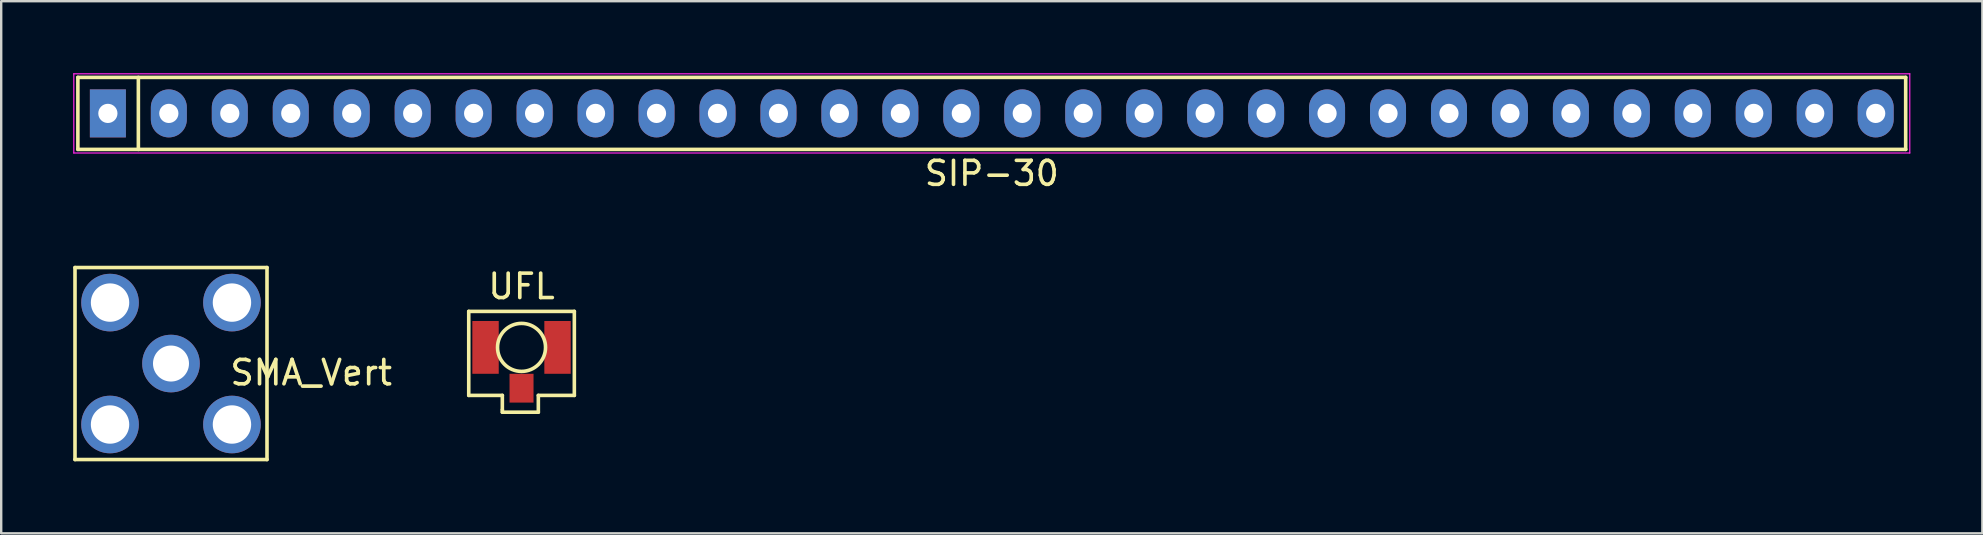
<source format=kicad_pcb>
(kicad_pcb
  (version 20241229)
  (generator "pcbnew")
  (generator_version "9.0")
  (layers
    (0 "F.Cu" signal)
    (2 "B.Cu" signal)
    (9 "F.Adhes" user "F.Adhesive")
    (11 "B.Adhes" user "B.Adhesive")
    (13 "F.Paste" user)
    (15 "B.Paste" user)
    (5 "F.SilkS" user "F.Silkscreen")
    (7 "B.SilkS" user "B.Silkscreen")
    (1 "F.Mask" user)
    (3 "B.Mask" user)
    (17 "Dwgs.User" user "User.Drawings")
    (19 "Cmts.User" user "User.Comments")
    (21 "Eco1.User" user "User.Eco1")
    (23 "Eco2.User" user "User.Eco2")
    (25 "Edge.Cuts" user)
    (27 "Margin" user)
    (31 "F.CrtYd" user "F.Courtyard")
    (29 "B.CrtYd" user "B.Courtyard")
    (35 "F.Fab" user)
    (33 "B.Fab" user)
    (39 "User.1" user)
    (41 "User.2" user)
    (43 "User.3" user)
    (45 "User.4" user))
  (footprint "UFL"
    (layer "F.Cu")
    (at 18.681 11.425)
    (property "Reference" "UFL" (at 0 -2.54 0) (layer "F.SilkS") (effects (font (size 1.016 1.016) (thickness 0.152))))
    (attr through_hole)
    (fp_line (start -2.2 -1.5) (end -2.2 2) (stroke (width 0.15) (type solid)) (layer "F.SilkS"))
    (fp_line (start -2.2 2) (end -0.8 2) (stroke (width 0.15) (type solid)) (layer "F.SilkS"))
    (fp_line (start -0.8 2) (end -0.8 2.6) (stroke (width 0.15) (type solid)) (layer "F.SilkS"))
    (fp_line (start -0.8 2.6) (end -0.8 2.7) (stroke (width 0.15) (type solid)) (layer "F.SilkS"))
    (fp_line (start -0.8 2.7) (end 0.7 2.7) (stroke (width 0.15) (type solid)) (layer "F.SilkS"))
    (fp_line (start 0.7 2) (end 2.2 2) (stroke (width 0.15) (type solid)) (layer "F.SilkS"))
    (fp_line (start 0.7 2.7) (end 0.7 2) (stroke (width 0.15) (type solid)) (layer "F.SilkS"))
    (fp_line (start 2.2 -1.5) (end -2.2 -1.5) (stroke (width 0.15) (type solid)) (layer "F.SilkS"))
    (fp_line (start 2.2 2) (end 2.2 -1.5) (stroke (width 0.15) (type solid)) (layer "F.SilkS"))
    (fp_circle (center 0 0) (end 0 -1) (stroke (width 0.15) (type solid)) (fill no) (layer "F.SilkS"))
    (pad "1" smd rect (at 0 1.7) (size 1 1.2) (layers "F.Cu" "F.Mask" "F.Paste"))
    (pad "2" smd rect (at -1.5 0) (size 1.1 2.2) (layers "F.Cu" "F.Mask" "F.Paste"))
    (pad "3" smd rect (at 1.5 0) (size 1.1 2.2) (layers "F.Cu" "F.Mask" "F.Paste")))
  (footprint "SMA_Vert"
    (layer "F.Cu")
    (at 4.075 12.098)
    (property "Reference" "SMA_Vert" (at 5.842 0.381 0) (layer "F.SilkS") (effects (font (size 1.016 1.016) (thickness 0.152))))
    (attr through_hole)
    (fp_line (start -4 -4) (end 4 -4) (stroke (width 0.15) (type solid)) (layer "F.SilkS"))
    (fp_line (start -4 4) (end -4 -4) (stroke (width 0.15) (type solid)) (layer "F.SilkS"))
    (fp_line (start 4 -4) (end 4 4) (stroke (width 0.15) (type solid)) (layer "F.SilkS"))
    (fp_line (start 4 4) (end -4 4) (stroke (width 0.15) (type solid)) (layer "F.SilkS"))
    (pad "1" thru_hole circle (at 0 0) (size 2.4 2.4) (drill 1.5) (layers "*.Cu" "*.Mask"))
    (pad "2" thru_hole circle (at -2.54 -2.54) (size 2.4 2.4) (drill 1.6) (layers "*.Cu" "*.Mask"))
    (pad "2" thru_hole circle (at -2.54 2.54) (size 2.4 2.4) (drill 1.6) (layers "*.Cu" "*.Mask"))
    (pad "2" thru_hole circle (at 2.54 -2.54) (size 2.4 2.4) (drill 1.6) (layers "*.Cu" "*.Mask"))
    (pad "2" thru_hole circle (at 2.54 2.54) (size 2.4 2.4) (drill 1.6) (layers "*.Cu" "*.Mask")))
  (footprint "SIP-30"
    (layer "F.Cu")
    (at 38.275 1.675)
    (property "Reference" "SIP-30" (at 0 2.5 0) (layer "F.SilkS") (effects (font (size 1 1) (thickness 0.15))))
    (attr through_hole)
    (fp_line (start -38.08 -1.5) (end 38.08 -1.5) (stroke (width 0.15) (type solid)) (layer "F.SilkS"))
    (fp_line (start -38.08 1.5) (end -38.08 -1.5) (stroke (width 0.15) (type solid)) (layer "F.SilkS"))
    (fp_line (start -35.56 -1.5) (end -35.56 1.5) (stroke (width 0.15) (type solid)) (layer "F.SilkS"))
    (fp_line (start 38.08 -1.5) (end 38.08 1.5) (stroke (width 0.15) (type solid)) (layer "F.SilkS"))
    (fp_line (start 38.08 1.5) (end -38.08 1.5) (stroke (width 0.15) (type solid)) (layer "F.SilkS"))
    (fp_line (start -38.25 -1.65) (end 38.25 -1.65) (stroke (width 0.05) (type solid)) (layer "F.CrtYd"))
    (fp_line (start -38.25 1.65) (end -38.25 -1.65) (stroke (width 0.05) (type solid)) (layer "F.CrtYd"))
    (fp_line (start 38.25 -1.65) (end 38.25 1.65) (stroke (width 0.05) (type solid)) (layer "F.CrtYd"))
    (fp_line (start 38.25 1.65) (end -38.25 1.65) (stroke (width 0.05) (type solid)) (layer "F.CrtYd"))
    (pad "1" thru_hole rect (at -36.83 0) (size 1.5 2) (drill 0.8) (layers "*.Cu" "*.Mask"))
    (pad "2" thru_hole oval (at -34.29 0) (size 1.5 2) (drill 0.8) (layers "*.Cu" "*.Mask"))
    (pad "3" thru_hole oval (at -31.75 0) (size 1.5 2) (drill 0.8) (layers "*.Cu" "*.Mask"))
    (pad "4" thru_hole oval (at -29.21 0) (size 1.5 2) (drill 0.8) (layers "*.Cu" "*.Mask"))
    (pad "5" thru_hole oval (at -26.67 0) (size 1.5 2) (drill 0.8) (layers "*.Cu" "*.Mask"))
    (pad "6" thru_hole oval (at -24.13 0) (size 1.5 2) (drill 0.8) (layers "*.Cu" "*.Mask"))
    (pad "7" thru_hole oval (at -21.59 0) (size 1.5 2) (drill 0.8) (layers "*.Cu" "*.Mask"))
    (pad "8" thru_hole oval (at -19.05 0) (size 1.5 2) (drill 0.8) (layers "*.Cu" "*.Mask"))
    (pad "9" thru_hole oval (at -16.51 0) (size 1.5 2) (drill 0.8) (layers "*.Cu" "*.Mask"))
    (pad "10" thru_hole oval (at -13.97 0) (size 1.5 2) (drill 0.8) (layers "*.Cu" "*.Mask"))
    (pad "11" thru_hole oval (at -11.43 0) (size 1.5 2) (drill 0.8) (layers "*.Cu" "*.Mask"))
    (pad "12" thru_hole oval (at -8.89 0) (size 1.5 2) (drill 0.8) (layers "*.Cu" "*.Mask"))
    (pad "13" thru_hole oval (at -6.35 0) (size 1.5 2) (drill 0.8) (layers "*.Cu" "*.Mask"))
    (pad "14" thru_hole oval (at -3.81 0) (size 1.5 2) (drill 0.8) (layers "*.Cu" "*.Mask"))
    (pad "15" thru_hole oval (at -1.27 0) (size 1.5 2) (drill 0.8) (layers "*.Cu" "*.Mask"))
    (pad "16" thru_hole oval (at 1.27 0) (size 1.5 2) (drill 0.8) (layers "*.Cu" "*.Mask"))
    (pad "17" thru_hole oval (at 3.81 0) (size 1.5 2) (drill 0.8) (layers "*.Cu" "*.Mask"))
    (pad "18" thru_hole oval (at 6.35 0) (size 1.5 2) (drill 0.8) (layers "*.Cu" "*.Mask"))
    (pad "19" thru_hole oval (at 8.89 0) (size 1.5 2) (drill 0.8) (layers "*.Cu" "*.Mask"))
    (pad "20" thru_hole oval (at 11.43 0) (size 1.5 2) (drill 0.8) (layers "*.Cu" "*.Mask"))
    (pad "21" thru_hole oval (at 13.97 0) (size 1.5 2) (drill 0.8) (layers "*.Cu" "*.Mask"))
    (pad "22" thru_hole oval (at 16.51 0) (size 1.5 2) (drill 0.8) (layers "*.Cu" "*.Mask"))
    (pad "23" thru_hole oval (at 19.05 0) (size 1.5 2) (drill 0.8) (layers "*.Cu" "*.Mask"))
    (pad "24" thru_hole oval (at 21.59 0) (size 1.5 2) (drill 0.8) (layers "*.Cu" "*.Mask"))
    (pad "25" thru_hole oval (at 24.13 0) (size 1.5 2) (drill 0.8) (layers "*.Cu" "*.Mask"))
    (pad "26" thru_hole oval (at 26.67 0) (size 1.5 2) (drill 0.8) (layers "*.Cu" "*.Mask"))
    (pad "27" thru_hole oval (at 29.21 0) (size 1.5 2) (drill 0.8) (layers "*.Cu" "*.Mask"))
    (pad "28" thru_hole oval (at 31.75 0) (size 1.5 2) (drill 0.8) (layers "*.Cu" "*.Mask"))
    (pad "29" thru_hole oval (at 34.29 0) (size 1.5 2) (drill 0.8) (layers "*.Cu" "*.Mask"))
    (pad "30" thru_hole oval (at 36.83 0) (size 1.5 2) (drill 0.8) (layers "*.Cu" "*.Mask")))
  (gr_rect
    (start -3 -3)
    (end 79.55 19.173)
    (stroke (width 0.1) (type default))
    (fill no)
    (layer "Edge.Cuts")))
</source>
